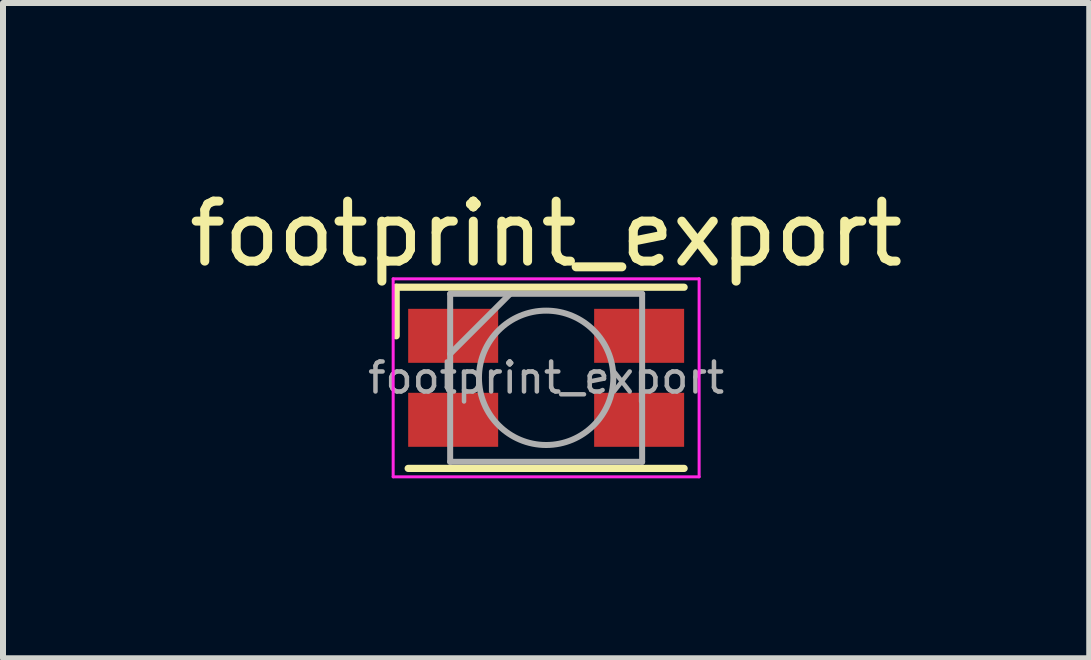
<source format=kicad_pcb>
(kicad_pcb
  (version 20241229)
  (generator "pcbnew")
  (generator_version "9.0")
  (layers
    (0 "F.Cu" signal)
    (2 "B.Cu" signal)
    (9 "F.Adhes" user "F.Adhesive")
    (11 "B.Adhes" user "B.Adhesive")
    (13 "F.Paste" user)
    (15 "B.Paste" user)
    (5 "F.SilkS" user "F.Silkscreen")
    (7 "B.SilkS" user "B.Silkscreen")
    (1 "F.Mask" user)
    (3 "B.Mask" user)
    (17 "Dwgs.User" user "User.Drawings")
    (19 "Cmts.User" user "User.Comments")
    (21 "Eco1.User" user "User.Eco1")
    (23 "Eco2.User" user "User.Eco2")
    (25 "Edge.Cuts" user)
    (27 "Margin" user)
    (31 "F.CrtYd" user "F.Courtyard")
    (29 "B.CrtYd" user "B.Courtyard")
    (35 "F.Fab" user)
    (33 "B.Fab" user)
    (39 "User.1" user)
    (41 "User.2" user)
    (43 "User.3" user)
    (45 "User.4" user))
  (footprint "footprint_export"
    (layer "F.Cu")
    (at 6.054 3.248)
    (property "Reference" "footprint_export" (at 0 -2.4 0) (layer "F.SilkS") (effects (font (size 1 1) (thickness 0.15))))
    (attr smd)
    (fp_line (start -2.5 -1.51) (end 2.3 -1.51) (stroke (width 0.12) (type solid)) (layer "F.SilkS"))
    (fp_line (start -2.5 -0.7) (end -2.5 -1.51) (stroke (width 0.12) (type solid)) (layer "F.SilkS"))
    (fp_line (start -2.3 1.51) (end 2.3 1.51) (stroke (width 0.12) (type solid)) (layer "F.SilkS"))
    (fp_line (start -2.55 -1.65) (end -2.55 1.65) (stroke (width 0.05) (type solid)) (layer "F.CrtYd"))
    (fp_line (start -2.55 1.65) (end 2.55 1.65) (stroke (width 0.05) (type solid)) (layer "F.CrtYd"))
    (fp_line (start 2.55 -1.65) (end -2.55 -1.65) (stroke (width 0.05) (type solid)) (layer "F.CrtYd"))
    (fp_line (start 2.55 1.65) (end 2.55 -1.65) (stroke (width 0.05) (type solid)) (layer "F.CrtYd"))
    (fp_line (start -1.6 -1.4) (end -1.6 1.4) (stroke (width 0.1) (type solid)) (layer "F.Fab"))
    (fp_line (start -1.6 1.4) (end 1.6 1.4) (stroke (width 0.1) (type solid)) (layer "F.Fab"))
    (fp_line (start -0.6 -1.4) (end -1.6 -0.4) (stroke (width 0.1) (type solid)) (layer "F.Fab"))
    (fp_line (start 1.6 -1.4) (end -1.6 -1.4) (stroke (width 0.1) (type solid)) (layer "F.Fab"))
    (fp_line (start 1.6 1.4) (end 1.6 -1.4) (stroke (width 0.1) (type solid)) (layer "F.Fab"))
    (fp_circle (center 0 0) (end 1.12 0) (stroke (width 0.1) (type solid)) (fill no) (layer "F.Fab"))
    (fp_text user "${REFERENCE}" (at 0 0 0) (layer "F.Fab") (effects (font (size 0.5 0.5) (thickness 0.075))))
    (pad "1" smd rect (at 1.55 -0.7) (size 1.5 0.9) (layers "F.Cu" "F.Mask" "F.Paste"))
    (pad "2" smd rect (at 1.55 0.7) (size 1.5 0.9) (layers "F.Cu" "F.Mask" "F.Paste"))
    (pad "3" smd rect (at -1.55 -0.7) (size 1.5 0.9) (layers "F.Cu" "F.Mask" "F.Paste"))
    (pad "4" smd rect (at -1.55 0.7) (size 1.5 0.9) (layers "F.Cu" "F.Mask" "F.Paste")))
  (gr_rect
    (start -3 -3)
    (end 15.107 7.923)
    (stroke (width 0.1) (type default))
    (fill no)
    (layer "Edge.Cuts")))
</source>
